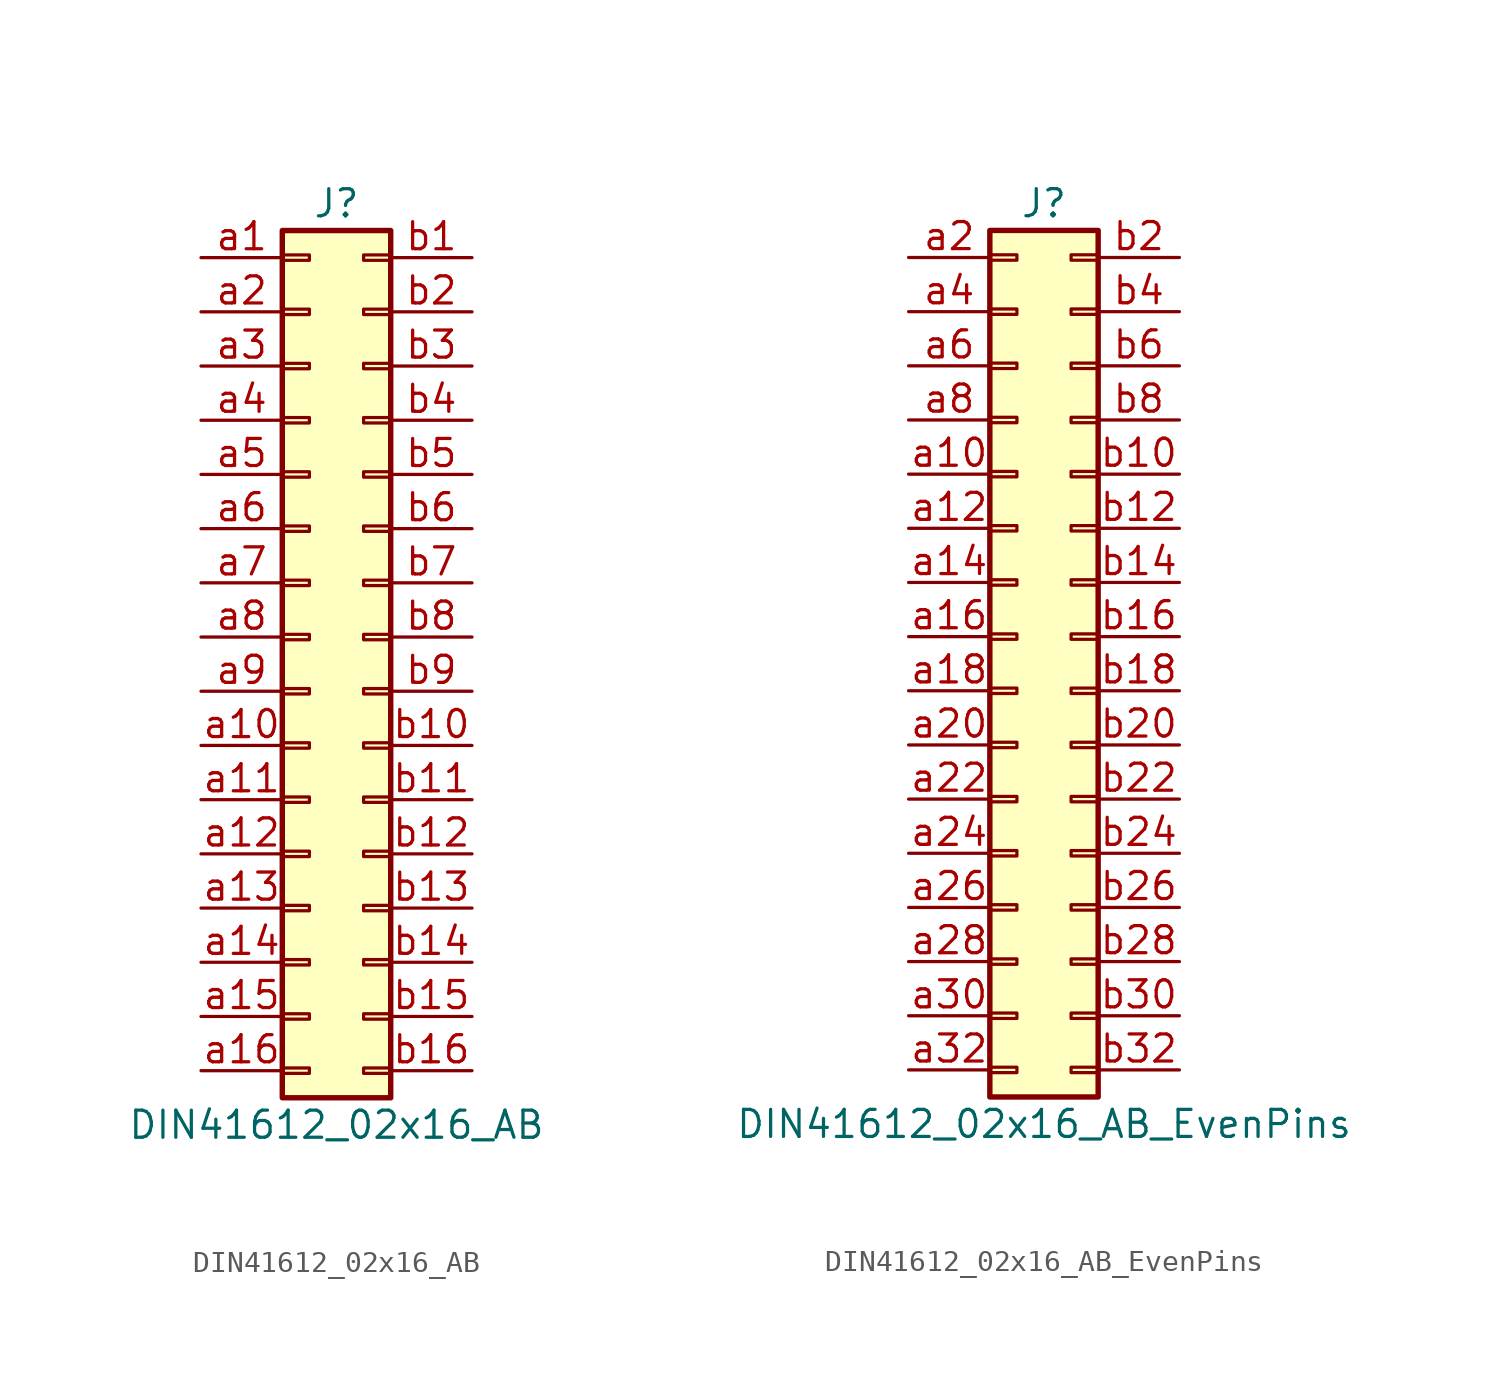
<source format=kicad_sym>
(kicad_symbol_lib
  (version 20211014)
  (generator kicad_symbol_editor)
  (symbol "DIN41612_02x16_AB"
    (pin_names
      (offset 1.016) hide)
    (property "Reference" "J"
      (at 1.27 20.32 0)
      (effects (font (size 1.27 1.27))))
    (property "Value" "DIN41612_02x16_AB"
      (at 1.27 -22.86 0)
      (effects (font (size 1.27 1.27))))
    (symbol "DIN41612_02x16_AB_1_1"
      (rectangle (start -1.27 -20.193) (end 0 -20.447) (stroke (width 0.152) (type default) (color 0 0 0 0)) (fill (type none)))
      (rectangle (start -1.27 -17.653) (end 0 -17.907) (stroke (width 0.152) (type default) (color 0 0 0 0)) (fill (type none)))
      (rectangle (start -1.27 -15.113) (end 0 -15.367) (stroke (width 0.152) (type default) (color 0 0 0 0)) (fill (type none)))
      (rectangle (start -1.27 -12.573) (end 0 -12.827) (stroke (width 0.152) (type default) (color 0 0 0 0)) (fill (type none)))
      (rectangle (start -1.27 -10.033) (end 0 -10.287) (stroke (width 0.152) (type default) (color 0 0 0 0)) (fill (type none)))
      (rectangle (start -1.27 -7.493) (end 0 -7.747) (stroke (width 0.152) (type default) (color 0 0 0 0)) (fill (type none)))
      (rectangle (start -1.27 -4.953) (end 0 -5.207) (stroke (width 0.152) (type default) (color 0 0 0 0)) (fill (type none)))
      (rectangle (start -1.27 -2.413) (end 0 -2.667) (stroke (width 0.152) (type default) (color 0 0 0 0)) (fill (type none)))
      (rectangle (start -1.27 0.127) (end 0 -0.127) (stroke (width 0.152) (type default) (color 0 0 0 0)) (fill (type none)))
      (rectangle (start -1.27 2.667) (end 0 2.413) (stroke (width 0.152) (type default) (color 0 0 0 0)) (fill (type none)))
      (rectangle (start -1.27 5.207) (end 0 4.953) (stroke (width 0.152) (type default) (color 0 0 0 0)) (fill (type none)))
      (rectangle (start -1.27 7.747) (end 0 7.493) (stroke (width 0.152) (type default) (color 0 0 0 0)) (fill (type none)))
      (rectangle (start -1.27 10.287) (end 0 10.033) (stroke (width 0.152) (type default) (color 0 0 0 0)) (fill (type none)))
      (rectangle (start -1.27 12.827) (end 0 12.573) (stroke (width 0.152) (type default) (color 0 0 0 0)) (fill (type none)))
      (rectangle (start -1.27 15.367) (end 0 15.113) (stroke (width 0.152) (type default) (color 0 0 0 0)) (fill (type none)))
      (rectangle (start -1.27 17.907) (end 0 17.653) (stroke (width 0.152) (type default) (color 0 0 0 0)) (fill (type none)))
      (rectangle (start -1.27 19.05) (end 3.81 -21.59) (stroke (width 0.254) (type default) (color 0 0 0 0)) (fill (type background)))
      (rectangle (start 3.81 -20.193) (end 2.54 -20.447) (stroke (width 0.152) (type default) (color 0 0 0 0)) (fill (type none)))
      (rectangle (start 3.81 -17.653) (end 2.54 -17.907) (stroke (width 0.152) (type default) (color 0 0 0 0)) (fill (type none)))
      (rectangle (start 3.81 -15.113) (end 2.54 -15.367) (stroke (width 0.152) (type default) (color 0 0 0 0)) (fill (type none)))
      (rectangle (start 3.81 -12.573) (end 2.54 -12.827) (stroke (width 0.152) (type default) (color 0 0 0 0)) (fill (type none)))
      (rectangle (start 3.81 -10.033) (end 2.54 -10.287) (stroke (width 0.152) (type default) (color 0 0 0 0)) (fill (type none)))
      (rectangle (start 3.81 -7.493) (end 2.54 -7.747) (stroke (width 0.152) (type default) (color 0 0 0 0)) (fill (type none)))
      (rectangle (start 3.81 -4.953) (end 2.54 -5.207) (stroke (width 0.152) (type default) (color 0 0 0 0)) (fill (type none)))
      (rectangle (start 3.81 -2.413) (end 2.54 -2.667) (stroke (width 0.152) (type default) (color 0 0 0 0)) (fill (type none)))
      (rectangle (start 3.81 0.127) (end 2.54 -0.127) (stroke (width 0.152) (type default) (color 0 0 0 0)) (fill (type none)))
      (rectangle (start 3.81 2.667) (end 2.54 2.413) (stroke (width 0.152) (type default) (color 0 0 0 0)) (fill (type none)))
      (rectangle (start 3.81 5.207) (end 2.54 4.953) (stroke (width 0.152) (type default) (color 0 0 0 0)) (fill (type none)))
      (rectangle (start 3.81 7.747) (end 2.54 7.493) (stroke (width 0.152) (type default) (color 0 0 0 0)) (fill (type none)))
      (rectangle (start 3.81 10.287) (end 2.54 10.033) (stroke (width 0.152) (type default) (color 0 0 0 0)) (fill (type none)))
      (rectangle (start 3.81 12.827) (end 2.54 12.573) (stroke (width 0.152) (type default) (color 0 0 0 0)) (fill (type none)))
      (rectangle (start 3.81 15.367) (end 2.54 15.113) (stroke (width 0.152) (type default) (color 0 0 0 0)) (fill (type none)))
      (rectangle (start 3.81 17.907) (end 2.54 17.653) (stroke (width 0.152) (type default) (color 0 0 0 0)) (fill (type none)))
      (pin passive line (at -5.08 17.78 0) (length 3.81) (name "Pin_a1" (effects (font (size 1.27 1.27)))) (number "a1" (effects (font (size 1.27 1.27)))))
      (pin passive line (at -5.08 -5.08 0) (length 3.81) (name "Pin_a10" (effects (font (size 1.27 1.27)))) (number "a10" (effects (font (size 1.27 1.27)))))
      (pin passive line (at -5.08 -7.62 0) (length 3.81) (name "Pin_a11" (effects (font (size 1.27 1.27)))) (number "a11" (effects (font (size 1.27 1.27)))))
      (pin passive line (at -5.08 -10.16 0) (length 3.81) (name "Pin_a12" (effects (font (size 1.27 1.27)))) (number "a12" (effects (font (size 1.27 1.27)))))
      (pin passive line (at -5.08 -12.7 0) (length 3.81) (name "Pin_a13" (effects (font (size 1.27 1.27)))) (number "a13" (effects (font (size 1.27 1.27)))))
      (pin passive line (at -5.08 -15.24 0) (length 3.81) (name "Pin_a14" (effects (font (size 1.27 1.27)))) (number "a14" (effects (font (size 1.27 1.27)))))
      (pin passive line (at -5.08 -17.78 0) (length 3.81) (name "Pin_a15" (effects (font (size 1.27 1.27)))) (number "a15" (effects (font (size 1.27 1.27)))))
      (pin passive line (at -5.08 -20.32 0) (length 3.81) (name "Pin_a16" (effects (font (size 1.27 1.27)))) (number "a16" (effects (font (size 1.27 1.27)))))
      (pin passive line (at -5.08 15.24 0) (length 3.81) (name "Pin_a2" (effects (font (size 1.27 1.27)))) (number "a2" (effects (font (size 1.27 1.27)))))
      (pin passive line (at -5.08 12.7 0) (length 3.81) (name "Pin_a3" (effects (font (size 1.27 1.27)))) (number "a3" (effects (font (size 1.27 1.27)))))
      (pin passive line (at -5.08 10.16 0) (length 3.81) (name "Pin_a4" (effects (font (size 1.27 1.27)))) (number "a4" (effects (font (size 1.27 1.27)))))
      (pin passive line (at -5.08 7.62 0) (length 3.81) (name "Pin_a5" (effects (font (size 1.27 1.27)))) (number "a5" (effects (font (size 1.27 1.27)))))
      (pin passive line (at -5.08 5.08 0) (length 3.81) (name "Pin_a6" (effects (font (size 1.27 1.27)))) (number "a6" (effects (font (size 1.27 1.27)))))
      (pin passive line (at -5.08 2.54 0) (length 3.81) (name "Pin_a7" (effects (font (size 1.27 1.27)))) (number "a7" (effects (font (size 1.27 1.27)))))
      (pin passive line (at -5.08 0 0) (length 3.81) (name "Pin_a8" (effects (font (size 1.27 1.27)))) (number "a8" (effects (font (size 1.27 1.27)))))
      (pin passive line (at -5.08 -2.54 0) (length 3.81) (name "Pin_a9" (effects (font (size 1.27 1.27)))) (number "a9" (effects (font (size 1.27 1.27)))))
      (pin passive line (at 7.62 17.78 180) (length 3.81) (name "Pin_b1" (effects (font (size 1.27 1.27)))) (number "b1" (effects (font (size 1.27 1.27)))))
      (pin passive line (at 7.62 -5.08 180) (length 3.81) (name "Pin_b10" (effects (font (size 1.27 1.27)))) (number "b10" (effects (font (size 1.27 1.27)))))
      (pin passive line (at 7.62 -7.62 180) (length 3.81) (name "Pin_b11" (effects (font (size 1.27 1.27)))) (number "b11" (effects (font (size 1.27 1.27)))))
      (pin passive line (at 7.62 -10.16 180) (length 3.81) (name "Pin_b12" (effects (font (size 1.27 1.27)))) (number "b12" (effects (font (size 1.27 1.27)))))
      (pin passive line (at 7.62 -12.7 180) (length 3.81) (name "Pin_b13" (effects (font (size 1.27 1.27)))) (number "b13" (effects (font (size 1.27 1.27)))))
      (pin passive line (at 7.62 -15.24 180) (length 3.81) (name "Pin_b14" (effects (font (size 1.27 1.27)))) (number "b14" (effects (font (size 1.27 1.27)))))
      (pin passive line (at 7.62 -17.78 180) (length 3.81) (name "Pin_b15" (effects (font (size 1.27 1.27)))) (number "b15" (effects (font (size 1.27 1.27)))))
      (pin passive line (at 7.62 -20.32 180) (length 3.81) (name "Pin_b16" (effects (font (size 1.27 1.27)))) (number "b16" (effects (font (size 1.27 1.27)))))
      (pin passive line (at 7.62 15.24 180) (length 3.81) (name "Pin_b2" (effects (font (size 1.27 1.27)))) (number "b2" (effects (font (size 1.27 1.27)))))
      (pin passive line (at 7.62 12.7 180) (length 3.81) (name "Pin_b3" (effects (font (size 1.27 1.27)))) (number "b3" (effects (font (size 1.27 1.27)))))
      (pin passive line (at 7.62 10.16 180) (length 3.81) (name "Pin_b4" (effects (font (size 1.27 1.27)))) (number "b4" (effects (font (size 1.27 1.27)))))
      (pin passive line (at 7.62 7.62 180) (length 3.81) (name "Pin_b5" (effects (font (size 1.27 1.27)))) (number "b5" (effects (font (size 1.27 1.27)))))
      (pin passive line (at 7.62 5.08 180) (length 3.81) (name "Pin_b6" (effects (font (size 1.27 1.27)))) (number "b6" (effects (font (size 1.27 1.27)))))
      (pin passive line (at 7.62 2.54 180) (length 3.81) (name "Pin_b7" (effects (font (size 1.27 1.27)))) (number "b7" (effects (font (size 1.27 1.27)))))
      (pin passive line (at 7.62 0 180) (length 3.81) (name "Pin_b8" (effects (font (size 1.27 1.27)))) (number "b8" (effects (font (size 1.27 1.27)))))
      (pin passive line (at 7.62 -2.54 180) (length 3.81) (name "Pin_b9" (effects (font (size 1.27 1.27)))) (number "b9" (effects (font (size 1.27 1.27)))))))
  (symbol "DIN41612_02x16_AB_EvenPins"
    (pin_names
      (offset 1.016) hide)
    (property "Reference" "J"
      (at 1.27 20.32 0)
      (effects (font (size 1.27 1.27))))
    (property "Value" "DIN41612_02x16_AB_EvenPins"
      (at 1.27 -22.86 0)
      (effects (font (size 1.27 1.27))))
    (symbol "DIN41612_02x16_AB_EvenPins_1_1"
      (rectangle (start -1.27 -20.193) (end 0 -20.447) (stroke (width 0.152) (type default) (color 0 0 0 0)) (fill (type none)))
      (rectangle (start -1.27 -17.653) (end 0 -17.907) (stroke (width 0.152) (type default) (color 0 0 0 0)) (fill (type none)))
      (rectangle (start -1.27 -15.113) (end 0 -15.367) (stroke (width 0.152) (type default) (color 0 0 0 0)) (fill (type none)))
      (rectangle (start -1.27 -12.573) (end 0 -12.827) (stroke (width 0.152) (type default) (color 0 0 0 0)) (fill (type none)))
      (rectangle (start -1.27 -10.033) (end 0 -10.287) (stroke (width 0.152) (type default) (color 0 0 0 0)) (fill (type none)))
      (rectangle (start -1.27 -7.493) (end 0 -7.747) (stroke (width 0.152) (type default) (color 0 0 0 0)) (fill (type none)))
      (rectangle (start -1.27 -4.953) (end 0 -5.207) (stroke (width 0.152) (type default) (color 0 0 0 0)) (fill (type none)))
      (rectangle (start -1.27 -2.413) (end 0 -2.667) (stroke (width 0.152) (type default) (color 0 0 0 0)) (fill (type none)))
      (rectangle (start -1.27 0.127) (end 0 -0.127) (stroke (width 0.152) (type default) (color 0 0 0 0)) (fill (type none)))
      (rectangle (start -1.27 2.667) (end 0 2.413) (stroke (width 0.152) (type default) (color 0 0 0 0)) (fill (type none)))
      (rectangle (start -1.27 5.207) (end 0 4.953) (stroke (width 0.152) (type default) (color 0 0 0 0)) (fill (type none)))
      (rectangle (start -1.27 7.747) (end 0 7.493) (stroke (width 0.152) (type default) (color 0 0 0 0)) (fill (type none)))
      (rectangle (start -1.27 10.287) (end 0 10.033) (stroke (width 0.152) (type default) (color 0 0 0 0)) (fill (type none)))
      (rectangle (start -1.27 12.827) (end 0 12.573) (stroke (width 0.152) (type default) (color 0 0 0 0)) (fill (type none)))
      (rectangle (start -1.27 15.367) (end 0 15.113) (stroke (width 0.152) (type default) (color 0 0 0 0)) (fill (type none)))
      (rectangle (start -1.27 17.907) (end 0 17.653) (stroke (width 0.152) (type default) (color 0 0 0 0)) (fill (type none)))
      (rectangle (start -1.27 19.05) (end 3.81 -21.59) (stroke (width 0.254) (type default) (color 0 0 0 0)) (fill (type background)))
      (rectangle (start 3.81 -20.193) (end 2.54 -20.447) (stroke (width 0.152) (type default) (color 0 0 0 0)) (fill (type none)))
      (rectangle (start 3.81 -17.653) (end 2.54 -17.907) (stroke (width 0.152) (type default) (color 0 0 0 0)) (fill (type none)))
      (rectangle (start 3.81 -15.113) (end 2.54 -15.367) (stroke (width 0.152) (type default) (color 0 0 0 0)) (fill (type none)))
      (rectangle (start 3.81 -12.573) (end 2.54 -12.827) (stroke (width 0.152) (type default) (color 0 0 0 0)) (fill (type none)))
      (rectangle (start 3.81 -10.033) (end 2.54 -10.287) (stroke (width 0.152) (type default) (color 0 0 0 0)) (fill (type none)))
      (rectangle (start 3.81 -7.493) (end 2.54 -7.747) (stroke (width 0.152) (type default) (color 0 0 0 0)) (fill (type none)))
      (rectangle (start 3.81 -4.953) (end 2.54 -5.207) (stroke (width 0.152) (type default) (color 0 0 0 0)) (fill (type none)))
      (rectangle (start 3.81 -2.413) (end 2.54 -2.667) (stroke (width 0.152) (type default) (color 0 0 0 0)) (fill (type none)))
      (rectangle (start 3.81 0.127) (end 2.54 -0.127) (stroke (width 0.152) (type default) (color 0 0 0 0)) (fill (type none)))
      (rectangle (start 3.81 2.667) (end 2.54 2.413) (stroke (width 0.152) (type default) (color 0 0 0 0)) (fill (type none)))
      (rectangle (start 3.81 5.207) (end 2.54 4.953) (stroke (width 0.152) (type default) (color 0 0 0 0)) (fill (type none)))
      (rectangle (start 3.81 7.747) (end 2.54 7.493) (stroke (width 0.152) (type default) (color 0 0 0 0)) (fill (type none)))
      (rectangle (start 3.81 10.287) (end 2.54 10.033) (stroke (width 0.152) (type default) (color 0 0 0 0)) (fill (type none)))
      (rectangle (start 3.81 12.827) (end 2.54 12.573) (stroke (width 0.152) (type default) (color 0 0 0 0)) (fill (type none)))
      (rectangle (start 3.81 15.367) (end 2.54 15.113) (stroke (width 0.152) (type default) (color 0 0 0 0)) (fill (type none)))
      (rectangle (start 3.81 17.907) (end 2.54 17.653) (stroke (width 0.152) (type default) (color 0 0 0 0)) (fill (type none)))
      (pin passive line (at -5.08 7.62 0) (length 3.81) (name "Pin_a10" (effects (font (size 1.27 1.27)))) (number "a10" (effects (font (size 1.27 1.27)))))
      (pin passive line (at -5.08 5.08 0) (length 3.81) (name "Pin_a12" (effects (font (size 1.27 1.27)))) (number "a12" (effects (font (size 1.27 1.27)))))
      (pin passive line (at -5.08 2.54 0) (length 3.81) (name "Pin_a14" (effects (font (size 1.27 1.27)))) (number "a14" (effects (font (size 1.27 1.27)))))
      (pin passive line (at -5.08 0 0) (length 3.81) (name "Pin_a16" (effects (font (size 1.27 1.27)))) (number "a16" (effects (font (size 1.27 1.27)))))
      (pin passive line (at -5.08 -2.54 0) (length 3.81) (name "Pin_a18" (effects (font (size 1.27 1.27)))) (number "a18" (effects (font (size 1.27 1.27)))))
      (pin passive line (at -5.08 17.78 0) (length 3.81) (name "Pin_a2" (effects (font (size 1.27 1.27)))) (number "a2" (effects (font (size 1.27 1.27)))))
      (pin passive line (at -5.08 -5.08 0) (length 3.81) (name "Pin_a20" (effects (font (size 1.27 1.27)))) (number "a20" (effects (font (size 1.27 1.27)))))
      (pin passive line (at -5.08 -7.62 0) (length 3.81) (name "Pin_a22" (effects (font (size 1.27 1.27)))) (number "a22" (effects (font (size 1.27 1.27)))))
      (pin passive line (at -5.08 -10.16 0) (length 3.81) (name "Pin_a24" (effects (font (size 1.27 1.27)))) (number "a24" (effects (font (size 1.27 1.27)))))
      (pin passive line (at -5.08 -12.7 0) (length 3.81) (name "Pin_a26" (effects (font (size 1.27 1.27)))) (number "a26" (effects (font (size 1.27 1.27)))))
      (pin passive line (at -5.08 -15.24 0) (length 3.81) (name "Pin_a28" (effects (font (size 1.27 1.27)))) (number "a28" (effects (font (size 1.27 1.27)))))
      (pin passive line (at -5.08 -17.78 0) (length 3.81) (name "Pin_a30" (effects (font (size 1.27 1.27)))) (number "a30" (effects (font (size 1.27 1.27)))))
      (pin passive line (at -5.08 -20.32 0) (length 3.81) (name "Pin_a32" (effects (font (size 1.27 1.27)))) (number "a32" (effects (font (size 1.27 1.27)))))
      (pin passive line (at -5.08 15.24 0) (length 3.81) (name "Pin_a4" (effects (font (size 1.27 1.27)))) (number "a4" (effects (font (size 1.27 1.27)))))
      (pin passive line (at -5.08 12.7 0) (length 3.81) (name "Pin_a6" (effects (font (size 1.27 1.27)))) (number "a6" (effects (font (size 1.27 1.27)))))
      (pin passive line (at -5.08 10.16 0) (length 3.81) (name "Pin_a8" (effects (font (size 1.27 1.27)))) (number "a8" (effects (font (size 1.27 1.27)))))
      (pin passive line (at 7.62 7.62 180) (length 3.81) (name "Pin_b10" (effects (font (size 1.27 1.27)))) (number "b10" (effects (font (size 1.27 1.27)))))
      (pin passive line (at 7.62 5.08 180) (length 3.81) (name "Pin_b12" (effects (font (size 1.27 1.27)))) (number "b12" (effects (font (size 1.27 1.27)))))
      (pin passive line (at 7.62 2.54 180) (length 3.81) (name "Pin_b14" (effects (font (size 1.27 1.27)))) (number "b14" (effects (font (size 1.27 1.27)))))
      (pin passive line (at 7.62 0 180) (length 3.81) (name "Pin_b16" (effects (font (size 1.27 1.27)))) (number "b16" (effects (font (size 1.27 1.27)))))
      (pin passive line (at 7.62 -2.54 180) (length 3.81) (name "Pin_b18" (effects (font (size 1.27 1.27)))) (number "b18" (effects (font (size 1.27 1.27)))))
      (pin passive line (at 7.62 17.78 180) (length 3.81) (name "Pin_b2" (effects (font (size 1.27 1.27)))) (number "b2" (effects (font (size 1.27 1.27)))))
      (pin passive line (at 7.62 -5.08 180) (length 3.81) (name "Pin_b20" (effects (font (size 1.27 1.27)))) (number "b20" (effects (font (size 1.27 1.27)))))
      (pin passive line (at 7.62 -7.62 180) (length 3.81) (name "Pin_b22" (effects (font (size 1.27 1.27)))) (number "b22" (effects (font (size 1.27 1.27)))))
      (pin passive line (at 7.62 -10.16 180) (length 3.81) (name "Pin_b24" (effects (font (size 1.27 1.27)))) (number "b24" (effects (font (size 1.27 1.27)))))
      (pin passive line (at 7.62 -12.7 180) (length 3.81) (name "Pin_b26" (effects (font (size 1.27 1.27)))) (number "b26" (effects (font (size 1.27 1.27)))))
      (pin passive line (at 7.62 -15.24 180) (length 3.81) (name "Pin_b28" (effects (font (size 1.27 1.27)))) (number "b28" (effects (font (size 1.27 1.27)))))
      (pin passive line (at 7.62 -17.78 180) (length 3.81) (name "Pin_b30" (effects (font (size 1.27 1.27)))) (number "b30" (effects (font (size 1.27 1.27)))))
      (pin passive line (at 7.62 -20.32 180) (length 3.81) (name "Pin_b32" (effects (font (size 1.27 1.27)))) (number "b32" (effects (font (size 1.27 1.27)))))
      (pin passive line (at 7.62 15.24 180) (length 3.81) (name "Pin_b4" (effects (font (size 1.27 1.27)))) (number "b4" (effects (font (size 1.27 1.27)))))
      (pin passive line (at 7.62 12.7 180) (length 3.81) (name "Pin_b6" (effects (font (size 1.27 1.27)))) (number "b6" (effects (font (size 1.27 1.27)))))
      (pin passive line (at 7.62 10.16 180) (length 3.81) (name "Pin_b8" (effects (font (size 1.27 1.27)))) (number "b8" (effects (font (size 1.27 1.27))))))))
</source>
